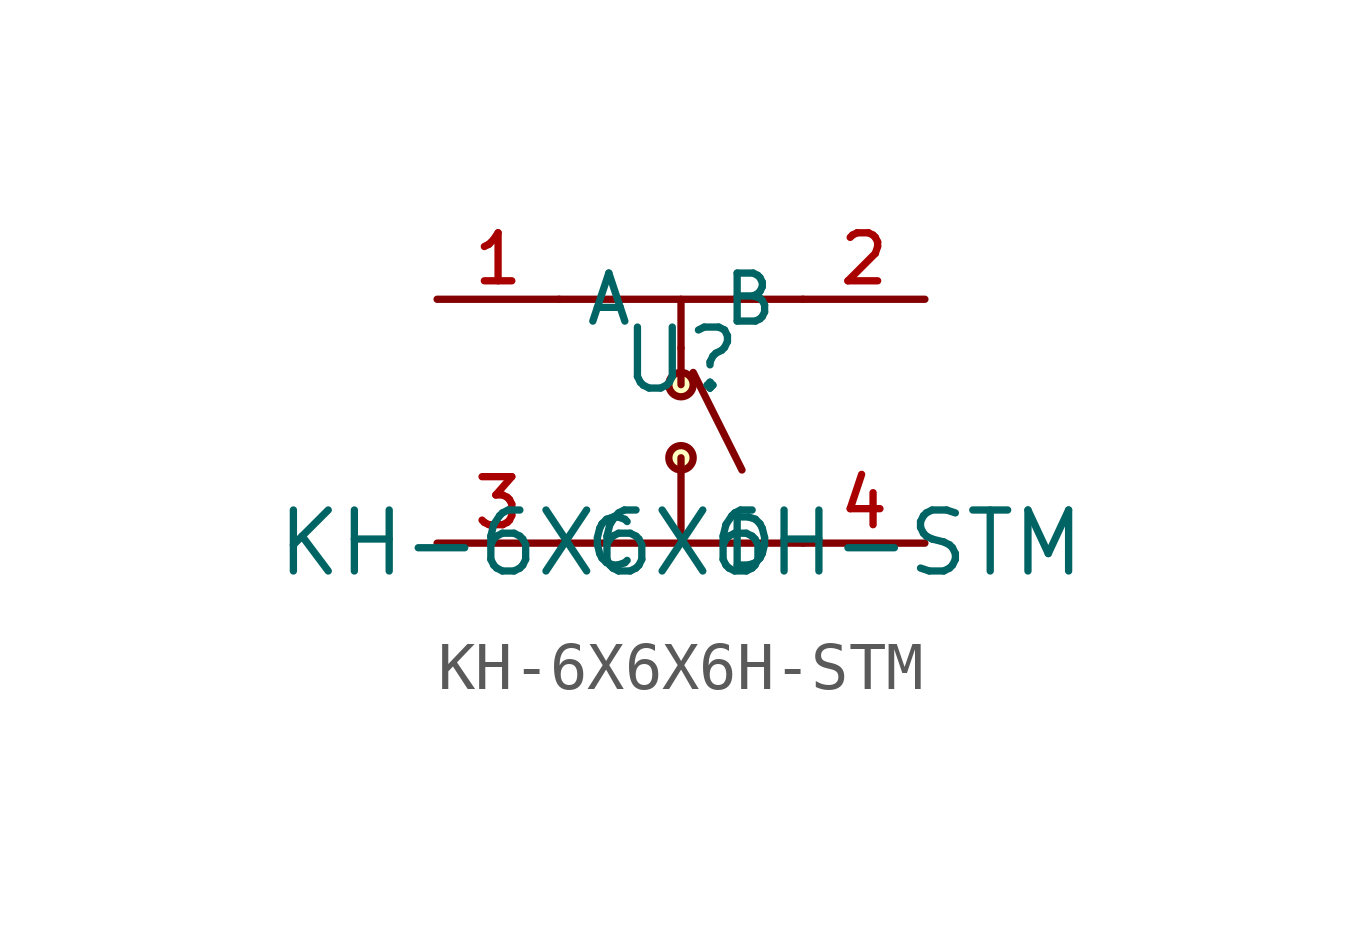
<source format=kicad_sym>
(kicad_symbol_lib
  (version 20210201)
  (generator TousstNicolas/JLC2KiCad_lib)
  (symbol "KH-6X6X6H-STM"
    (property "Reference" "U"
      (at 0 1.27 0)
      (effects (font (size 1.27 1.27))))
    (property "Value" "KH-6X6X6H-STM"
      (at 0 -2.54 0)
      (effects (font (size 1.27 1.27))))
    (symbol "KH-6X6X6H-STM_0_1"
      (polyline (pts (xy 0.254 1.016) (xy 1.27 -1.016) (xy 1.27 -1.016)) (stroke (width 0) (type default) (color 0 0 0 0)) (fill (type none)))
      (polyline (pts (xy -2.54 2.54) (xy 2.54 2.54)) (stroke (width 0) (type default) (color 0 0 0 0)) (fill (type none)))
      (polyline (pts (xy -2.54 -2.54) (xy 2.54 -2.54)) (stroke (width 0) (type default) (color 0 0 0 0)) (fill (type none)))
      (polyline (pts (xy 0.0 2.54) (xy 0.0 1.524)) (stroke (width 0) (type default) (color 0 0 0 0)) (fill (type none)))
      (polyline (pts (xy 0.0 -2.54) (xy 0.0 -0.762)) (stroke (width 0) (type default) (color 0 0 0 0)) (fill (type none)))
      (polyline (pts (xy 0.0 1.524) (xy 0.0 0.762)) (stroke (width 0) (type default) (color 0 0 0 0)) (fill (type none)))
      (pin unspecified line (at -5.08 2.54 0) (length 2.54) (name "A" (effects (font (size 1 1)))) (number "1" (effects (font (size 1 1)))))
      (pin unspecified line (at 5.08 2.54 180) (length 2.54) (name "B" (effects (font (size 1 1)))) (number "2" (effects (font (size 1 1)))))
      (pin unspecified line (at -5.08 -2.54 0) (length 2.54) (name "C" (effects (font (size 1 1)))) (number "3" (effects (font (size 1 1)))))
      (pin unspecified line (at 5.08 -2.54 180) (length 2.54) (name "D" (effects (font (size 1 1)))) (number "4" (effects (font (size 1 1)))))
      (circle (center 0.0 -0.762) (radius 0.254) (stroke (width 0) (type default) (color 0 0 0 0)) (fill (type background)))
      (circle (center 0.0 0.762) (radius 0.254) (stroke (width 0) (type default) (color 0 0 0 0)) (fill (type background))))))
</source>
